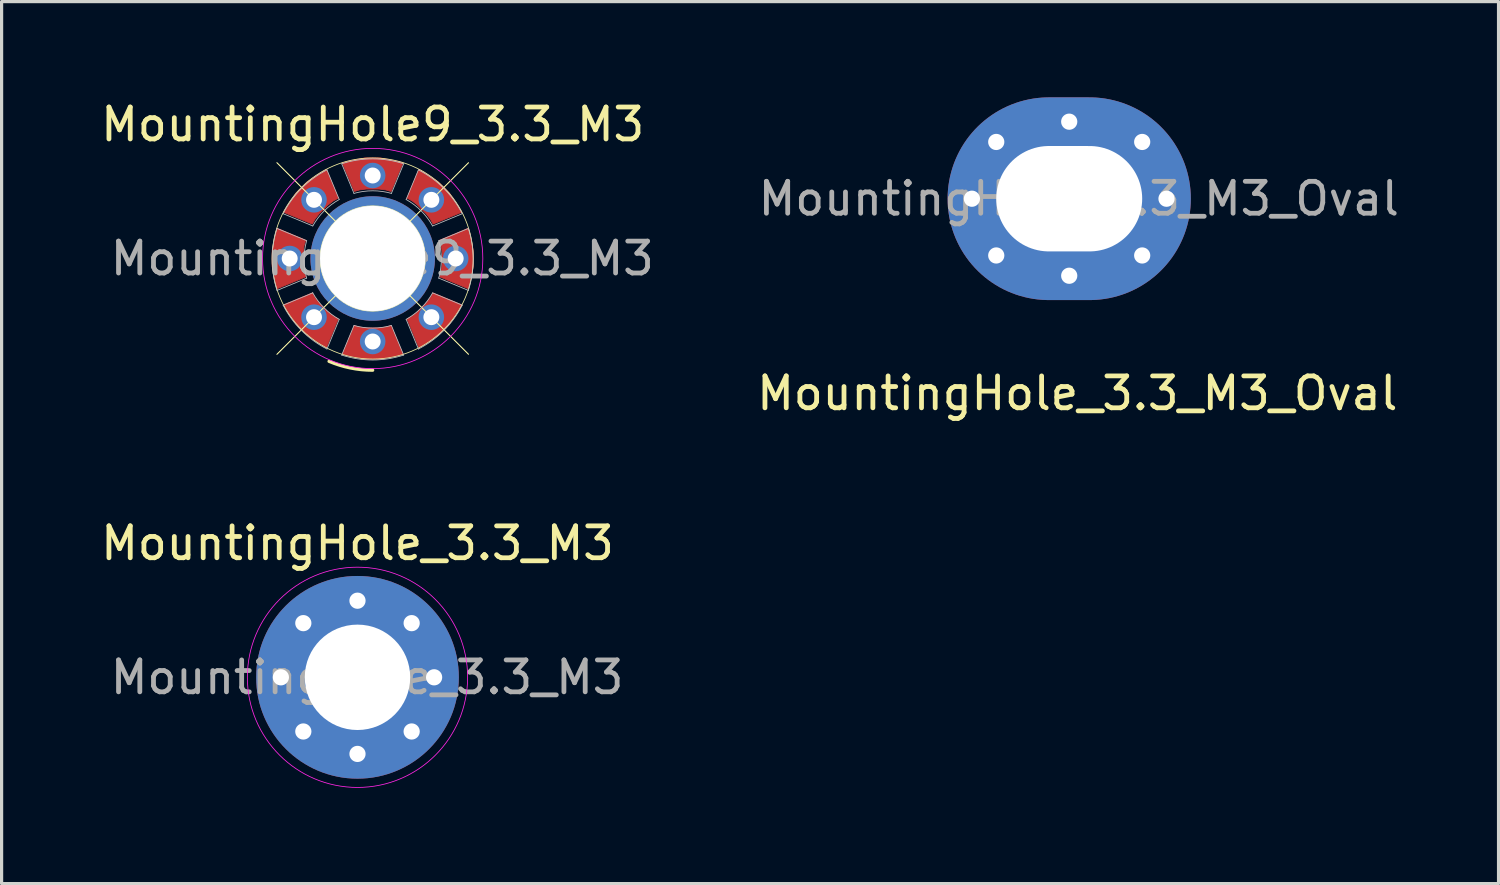
<source format=kicad_pcb>
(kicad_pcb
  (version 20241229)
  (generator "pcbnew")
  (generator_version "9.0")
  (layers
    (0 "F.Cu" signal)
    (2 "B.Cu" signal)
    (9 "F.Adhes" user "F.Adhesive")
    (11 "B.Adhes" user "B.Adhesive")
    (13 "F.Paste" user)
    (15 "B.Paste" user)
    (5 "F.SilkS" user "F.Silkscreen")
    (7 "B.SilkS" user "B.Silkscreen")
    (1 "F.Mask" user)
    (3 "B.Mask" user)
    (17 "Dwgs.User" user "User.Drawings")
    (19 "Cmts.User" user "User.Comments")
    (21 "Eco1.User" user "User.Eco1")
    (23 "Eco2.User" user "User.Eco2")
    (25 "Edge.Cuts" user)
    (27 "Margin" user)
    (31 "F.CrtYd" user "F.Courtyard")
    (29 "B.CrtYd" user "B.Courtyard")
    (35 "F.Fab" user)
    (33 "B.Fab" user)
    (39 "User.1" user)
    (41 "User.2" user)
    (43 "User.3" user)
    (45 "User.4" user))
  (footprint "MountingHole9_3.3_M3"
    (layer "F.Cu")
    (at 8.625 5.048)
    (property "Reference" "MountingHole9_3.3_M3" (at 0 -4.2 0) (layer "F.SilkS") (effects (font (size 1 1) (thickness 0.15))))
    (attr exclude_from_pos_files exclude_from_bom)
    (fp_poly (pts (xy -2.1 -0.575) (xy -2.15 -0.4) (xy -2.175 -0.2) (xy -2.175 0.2) (xy -2.15 0.4) (xy -2.1 0.575) (xy -3 0.95) (xy -3.05 0.75) (xy -3.15 0.25) (xy -3.15 -0.25) (xy -3.05 -0.75) (xy -3 -0.95)) (stroke (width 0.025) (type solid)) (fill yes) (layer "F.Cu"))
    (fp_poly (pts (xy -1.892 1.078) (xy -1.803 1.237) (xy -1.679 1.397) (xy -1.397 1.679) (xy -1.237 1.803) (xy -1.078 1.892) (xy -1.45 2.793) (xy -1.626 2.687) (xy -2.051 2.404) (xy -2.404 2.051) (xy -2.687 1.626) (xy -2.793 1.45)) (stroke (width 0.025) (type solid)) (fill yes) (layer "F.Cu"))
    (fp_poly (pts (xy -1.078 -1.892) (xy -1.237 -1.803) (xy -1.397 -1.679) (xy -1.679 -1.397) (xy -1.803 -1.237) (xy -1.892 -1.078) (xy -2.793 -1.45) (xy -2.687 -1.626) (xy -2.404 -2.051) (xy -2.051 -2.404) (xy -1.626 -2.687) (xy -1.45 -2.793)) (stroke (width 0.025) (type solid)) (fill yes) (layer "F.Cu"))
    (fp_poly (pts (xy -0.575 2.1) (xy -0.4 2.15) (xy -0.2 2.175) (xy 0.2 2.175) (xy 0.4 2.15) (xy 0.575 2.1) (xy 0.95 3) (xy 0.75 3.05) (xy 0.25 3.15) (xy -0.25 3.15) (xy -0.75 3.05) (xy -0.95 3)) (stroke (width 0.025) (type solid)) (fill yes) (layer "F.Cu"))
    (fp_poly (pts (xy 0.575 -2.1) (xy 0.4 -2.15) (xy 0.2 -2.175) (xy -0.2 -2.175) (xy -0.4 -2.15) (xy -0.575 -2.1) (xy -0.95 -3) (xy -0.75 -3.05) (xy -0.25 -3.15) (xy 0.25 -3.15) (xy 0.75 -3.05) (xy 0.95 -3)) (stroke (width 0.025) (type solid)) (fill yes) (layer "F.Cu"))
    (fp_poly (pts (xy 1.078 1.892) (xy 1.237 1.803) (xy 1.397 1.679) (xy 1.679 1.397) (xy 1.803 1.237) (xy 1.892 1.078) (xy 2.793 1.45) (xy 2.687 1.626) (xy 2.404 2.051) (xy 2.051 2.404) (xy 1.626 2.687) (xy 1.45 2.793)) (stroke (width 0.025) (type solid)) (fill yes) (layer "F.Cu"))
    (fp_poly (pts (xy 1.892 -1.078) (xy 1.803 -1.237) (xy 1.679 -1.397) (xy 1.397 -1.679) (xy 1.237 -1.803) (xy 1.078 -1.892) (xy 1.45 -2.793) (xy 1.626 -2.687) (xy 2.051 -2.404) (xy 2.404 -2.051) (xy 2.687 -1.626) (xy 2.793 -1.45)) (stroke (width 0.025) (type solid)) (fill yes) (layer "F.Cu"))
    (fp_poly (pts (xy 2.1 0.575) (xy 2.15 0.4) (xy 2.175 0.2) (xy 2.175 -0.2) (xy 2.15 -0.4) (xy 2.1 -0.575) (xy 3 -0.95) (xy 3.05 -0.75) (xy 3.15 -0.25) (xy 3.15 0.25) (xy 3.05 0.75) (xy 3 0.95)) (stroke (width 0.025) (type solid)) (fill yes) (layer "F.Cu"))
    (fp_poly (pts (xy -0.6 2.1) (xy -0.4 2.15) (xy -0.2 2.175) (xy 0.2 2.175) (xy 0.4 2.15) (xy 0.575 2.1) (xy 0.95 3) (xy 0.75 3.05) (xy 0.25 3.15) (xy -0.25 3.15) (xy -0.75 3.05) (xy -0.95 3)) (stroke (width 0.025) (type solid)) (fill yes) (layer "F.Mask"))
    (fp_line (start -3 -3) (end 3 3) (stroke (width 0.025) (type default)) (layer "F.SilkS"))
    (fp_line (start -3 3) (end 3 -3) (stroke (width 0.025) (type default)) (layer "F.SilkS"))
    (fp_line (start -3 3) (end 3 -3) (stroke (width 0.025) (type default)) (layer "F.SilkS"))
    (fp_line (start 3 3) (end -3 -3) (stroke (width 0.025) (type default)) (layer "F.SilkS"))
    (fp_arc (start 0 3.5) (mid -0.697788 3.429736) (end -1.367559 3.221767) (stroke (width 0.1) (type default)) (layer "F.SilkS"))
    (fp_circle (center 0 0) (end 1.65 0) (stroke (width 0.025) (type default)) (fill no) (layer "F.SilkS"))
    (fp_circle (center 0 0) (end 3.15 0) (stroke (width 0.025) (type default)) (fill no) (layer "F.SilkS"))
    (fp_line (start -2.997 1) (end -2.068 0.616) (stroke (width 0.025) (type default)) (layer "Dwgs.User"))
    (fp_line (start -2.997 -0.942) (end -2.068 -0.557) (stroke (width 0.025) (type default)) (layer "Dwgs.User"))
    (fp_line (start -2.805 -1.403) (end -1.877 -1.019) (stroke (width 0.025) (type default)) (layer "Dwgs.User"))
    (fp_line (start -2.805 1.462) (end -1.877 1.077) (stroke (width 0.025) (type default)) (layer "Dwgs.User"))
    (fp_line (start -1.432 -2.776) (end -1.048 -1.848) (stroke (width 0.025) (type default)) (layer "Dwgs.User"))
    (fp_line (start -1.432 2.835) (end -1.048 1.906) (stroke (width 0.025) (type default)) (layer "Dwgs.User"))
    (fp_line (start -0.971 -2.968) (end -0.586 -2.039) (stroke (width 0.025) (type default)) (layer "Dwgs.User"))
    (fp_line (start -0.971 3.026) (end -0.586 2.098) (stroke (width 0.025) (type default)) (layer "Dwgs.User"))
    (fp_line (start 0.971 -2.968) (end 0.586 -2.039) (stroke (width 0.025) (type default)) (layer "Dwgs.User"))
    (fp_line (start 0.971 3.026) (end 0.586 2.098) (stroke (width 0.025) (type default)) (layer "Dwgs.User"))
    (fp_line (start 1.048 1.906) (end 1.432 2.835) (stroke (width 0.025) (type default)) (layer "Dwgs.User"))
    (fp_line (start 1.432 -2.776) (end 1.048 -1.848) (stroke (width 0.025) (type default)) (layer "Dwgs.User"))
    (fp_line (start 1.877 1.077) (end 2.806 1.462) (stroke (width 0.025) (type default)) (layer "Dwgs.User"))
    (fp_line (start 2.069 0.616) (end 2.997 1) (stroke (width 0.025) (type default)) (layer "Dwgs.User"))
    (fp_line (start 2.806 -1.403) (end 1.877 -1.019) (stroke (width 0.025) (type default)) (layer "Dwgs.User"))
    (fp_line (start 2.997 -0.942) (end 2.069 -0.557) (stroke (width 0.025) (type default)) (layer "Dwgs.User"))
    (fp_arc (start -2.9966 1) (mid -3.14995 0.029131) (end -2.996599 -0.941737) (stroke (width 0.0254) (type default)) (layer "Dwgs.User"))
    (fp_arc (start -2.805407 -1.403312) (mid -2.227337 -2.198256) (end -1.432392 -2.776324) (stroke (width 0.0254) (type default)) (layer "Dwgs.User"))
    (fp_arc (start -2.068432 0.615541) (mid -2.149949 0.029132) (end -2.068433 -0.557277) (stroke (width 0.0254) (type default)) (layer "Dwgs.User"))
    (fp_arc (start -1.877242 -1.018853) (mid -1.520229 -1.491148) (end -1.047934 -1.848161) (stroke (width 0.0254) (type default)) (layer "Dwgs.User"))
    (fp_arc (start -1.432379 2.834597) (mid -2.227331 2.256524) (end -2.805407 1.461575) (stroke (width 0.0254) (type default)) (layer "Dwgs.User"))
    (fp_arc (start -1.04792 1.906432) (mid -1.524773 1.544852) (end -1.883488 1.065841) (stroke (width 0.0254) (type default)) (layer "Dwgs.User"))
    (fp_arc (start -0.970818 -2.967518) (mid 0.00005 -3.120868) (end 0.970918 -2.967517) (stroke (width 0.0254) (type default)) (layer "Dwgs.User"))
    (fp_arc (start -0.586358 -2.039352) (mid 0.000051 -2.120868) (end 0.58646 -2.039352) (stroke (width 0.0254) (type default)) (layer "Dwgs.User"))
    (fp_arc (start 0.586459 2.097613) (mid 0.000059 2.179132) (end -0.586342 2.097617) (stroke (width 0.0254) (type default)) (layer "Dwgs.User"))
    (fp_arc (start 0.970918 3.025781) (mid 0.000058 3.179133) (end -0.970802 3.025784) (stroke (width 0.0254) (type default)) (layer "Dwgs.User"))
    (fp_arc (start 1.048036 -1.848161) (mid 1.52033 -1.491148) (end 1.877343 -1.018853) (stroke (width 0.0254) (type default)) (layer "Dwgs.User"))
    (fp_arc (start 1.432495 -2.776327) (mid 2.227436 -2.198255) (end 2.805506 -1.403312) (stroke (width 0.0254) (type default)) (layer "Dwgs.User"))
    (fp_arc (start 1.877342 1.077116) (mid 1.520331 1.549411) (end 1.048035 1.906422) (stroke (width 0.0254) (type default)) (layer "Dwgs.User"))
    (fp_arc (start 2.068534 -0.557277) (mid 2.150051 0.029132) (end 2.068533 0.615541) (stroke (width 0.0254) (type default)) (layer "Dwgs.User"))
    (fp_arc (start 2.80551 1.461576) (mid 2.227438 2.256518) (end 1.432495 2.83459) (stroke (width 0.0254) (type default)) (layer "Dwgs.User"))
    (fp_arc (start 2.9967 -0.941736) (mid 3.150051 0.029132) (end 2.9967 1) (stroke (width 0.0254) (type default)) (layer "Dwgs.User"))
    (fp_circle (center 0 0) (end 3.45 0) (stroke (width 0.025) (type solid)) (fill no) (layer "F.CrtYd"))
    (fp_text user "${REFERENCE}" (at 0.3 0 0) (layer "F.Fab") (effects (font (size 1 1) (thickness 0.15))))
    (pad "1" thru_hole circle (at 0 0) (size 3.9 3.9) (drill 3.3) (layers "*.Cu" "*.Mask"))
    (pad "1" thru_hole circle (at 0 2.6) (size 0.8 0.8) (drill 0.5) (layers "*.Cu" "*.Mask"))
    (pad "3" thru_hole circle (at 1.838 1.838) (size 0.8 0.8) (drill 0.5) (layers "*.Cu" "*.Mask"))
    (pad "5" thru_hole circle (at 2.6 0) (size 0.8 0.8) (drill 0.5) (layers "*.Cu" "*.Mask"))
    (pad "7" thru_hole circle (at 1.838 -1.838) (size 0.8 0.8) (drill 0.5) (layers "*.Cu" "*.Mask"))
    (pad "9" thru_hole circle (at 0 -2.6) (size 0.8 0.8) (drill 0.5) (layers "*.Cu" "*.Mask"))
    (pad "11" thru_hole circle (at -1.838 -1.838) (size 0.8 0.8) (drill 0.5) (layers "*.Cu" "*.Mask"))
    (pad "13" thru_hole circle (at -2.6 0) (size 0.8 0.8) (drill 0.5) (layers "*.Cu" "*.Mask"))
    (pad "15" thru_hole circle (at -1.838 1.838) (size 0.8 0.8) (drill 0.5) (layers "*.Cu" "*.Mask")))
  (footprint "MountingHole_3.3_M3_Oval"
    (layer "F.Cu")
    (at 30.445 3.175)
    (property "Reference" "MountingHole_3.3_M3_Oval" (at 0.254 6.096 0) (layer "F.SilkS") (effects (font (size 1 1) (thickness 0.15))))
    (attr exclude_from_pos_files exclude_from_bom)
    (fp_text user "${REFERENCE}" (at 0.3 0 0) (layer "F.Fab") (effects (font (size 1 1) (thickness 0.15))))
    (pad "1" thru_hole circle (at -3.048 0) (size 0.8 0.8) (drill 0.508) (layers "*.Cu" "*.Mask"))
    (pad "1" thru_hole circle (at -2.286 -1.778) (size 0.8 0.8) (drill 0.508) (layers "*.Cu" "*.Mask"))
    (pad "1" thru_hole circle (at -2.286 1.778) (size 0.8 0.8) (drill 0.508) (layers "*.Cu" "*.Mask"))
    (pad "1" thru_hole circle (at 0 -2.413) (size 0.8 0.8) (drill 0.508) (layers "*.Cu" "*.Mask"))
    (pad "1" thru_hole oval (at 0 0) (size 7.62 6.35) (drill oval 4.572 3.302) (layers "*.Cu" "*.Mask"))
    (pad "1" thru_hole circle (at 0 2.413) (size 0.8 0.8) (drill 0.508) (layers "*.Cu" "*.Mask"))
    (pad "1" thru_hole circle (at 2.286 -1.778) (size 0.8 0.8) (drill 0.508) (layers "*.Cu" "*.Mask"))
    (pad "1" thru_hole circle (at 2.286 1.778) (size 0.8 0.8) (drill 0.508) (layers "*.Cu" "*.Mask"))
    (pad "1" thru_hole circle (at 3.048 0) (size 0.8 0.8) (drill 0.508) (layers "*.Cu" "*.Mask")))
  (footprint "MountingHole_3.3_M3"
    (layer "F.Cu")
    (at 8.149 18.168)
    (property "Reference" "MountingHole_3.3_M3" (at 0 -4.2 0) (layer "F.SilkS") (effects (font (size 1 1) (thickness 0.15))))
    (attr exclude_from_pos_files exclude_from_bom)
    (fp_circle (center 0 0) (end 3.45 0) (stroke (width 0.025) (type solid)) (fill no) (layer "F.CrtYd"))
    (fp_text user "${REFERENCE}" (at 0.3 0 0) (layer "F.Fab") (effects (font (size 1 1) (thickness 0.15))))
    (pad "1" thru_hole circle (at -2.4 0) (size 0.8 0.8) (drill 0.508) (layers "*.Cu" "*.Mask"))
    (pad "1" thru_hole circle (at -1.697 -1.697) (size 0.8 0.8) (drill 0.508) (layers "*.Cu" "*.Mask"))
    (pad "1" thru_hole circle (at -1.697 1.697) (size 0.8 0.8) (drill 0.508) (layers "*.Cu" "*.Mask"))
    (pad "1" thru_hole circle (at 0 -2.4) (size 0.8 0.8) (drill 0.508) (layers "*.Cu" "*.Mask"))
    (pad "1" thru_hole circle (at 0 0) (size 6.35 6.35) (drill 3.302) (layers "*.Cu" "*.Mask"))
    (pad "1" thru_hole circle (at 0 2.4) (size 0.8 0.8) (drill 0.508) (layers "*.Cu" "*.Mask"))
    (pad "1" thru_hole circle (at 1.697 -1.697) (size 0.8 0.8) (drill 0.508) (layers "*.Cu" "*.Mask"))
    (pad "1" thru_hole circle (at 1.697 1.697) (size 0.8 0.8) (drill 0.508) (layers "*.Cu" "*.Mask"))
    (pad "1" thru_hole circle (at 2.4 0) (size 0.8 0.8) (drill 0.508) (layers "*.Cu" "*.Mask")))
  (gr_rect
    (start -3 -3)
    (end 43.894 24.63)
    (stroke (width 0.1) (type default))
    (fill no)
    (layer "Edge.Cuts")))
</source>
